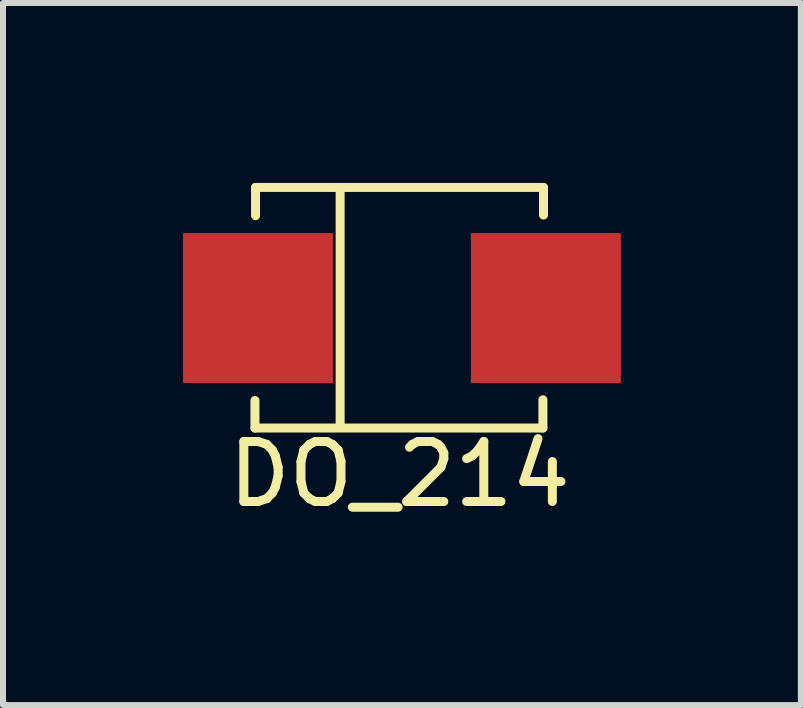
<source format=kicad_pcb>
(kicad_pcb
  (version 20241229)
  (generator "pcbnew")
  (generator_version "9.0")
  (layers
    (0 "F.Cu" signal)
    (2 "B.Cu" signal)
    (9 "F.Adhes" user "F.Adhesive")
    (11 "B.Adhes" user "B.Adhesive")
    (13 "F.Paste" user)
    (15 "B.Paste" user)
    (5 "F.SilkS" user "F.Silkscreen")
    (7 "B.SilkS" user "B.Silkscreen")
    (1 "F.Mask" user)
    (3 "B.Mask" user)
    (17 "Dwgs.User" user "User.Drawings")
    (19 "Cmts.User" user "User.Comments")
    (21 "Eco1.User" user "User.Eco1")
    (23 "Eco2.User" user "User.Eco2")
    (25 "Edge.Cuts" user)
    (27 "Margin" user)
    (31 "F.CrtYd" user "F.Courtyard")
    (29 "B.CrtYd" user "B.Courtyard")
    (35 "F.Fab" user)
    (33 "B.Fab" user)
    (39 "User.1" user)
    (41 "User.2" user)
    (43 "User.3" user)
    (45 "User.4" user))
  (footprint "DO_214"
    (layer "F.Cu")
    (at 3.6 2.085)
    (property "Reference" "DO_214" (at 0.01 2.77 0) (layer "F.SilkS") (effects (font (size 1 1) (thickness 0.15))))
    (attr through_hole)
    (fp_line (start -2.4 1.54) (end -2.4 2) (stroke (width 0.15) (type solid)) (layer "F.SilkS"))
    (fp_line (start -2.4 2) (end 2.4 2) (stroke (width 0.15) (type solid)) (layer "F.SilkS"))
    (fp_line (start -2.39 -2.01) (end -2.39 -1.54) (stroke (width 0.15) (type solid)) (layer "F.SilkS"))
    (fp_line (start -0.98 -1.92) (end -0.98 1.96) (stroke (width 0.15) (type solid)) (layer "F.SilkS"))
    (fp_line (start 2.4 2) (end 2.4 1.53) (stroke (width 0.15) (type solid)) (layer "F.SilkS"))
    (fp_line (start 2.41 -2.01) (end -2.39 -2.01) (stroke (width 0.15) (type solid)) (layer "F.SilkS"))
    (fp_line (start 2.41 -1.55) (end 2.41 -2.01) (stroke (width 0.15) (type solid)) (layer "F.SilkS"))
    (pad "1" smd rect (at 2.45 0) (size 2.5 2.5) (layers "F.Cu" "F.Mask" "F.Paste"))
    (pad "2" smd rect (at -2.35 0) (size 2.5 2.5) (layers "F.Cu" "F.Mask" "F.Paste")))
  (gr_rect
    (start -3 -3)
    (end 10.3 8.703)
    (stroke (width 0.1) (type default))
    (fill no)
    (layer "Edge.Cuts")))
</source>
